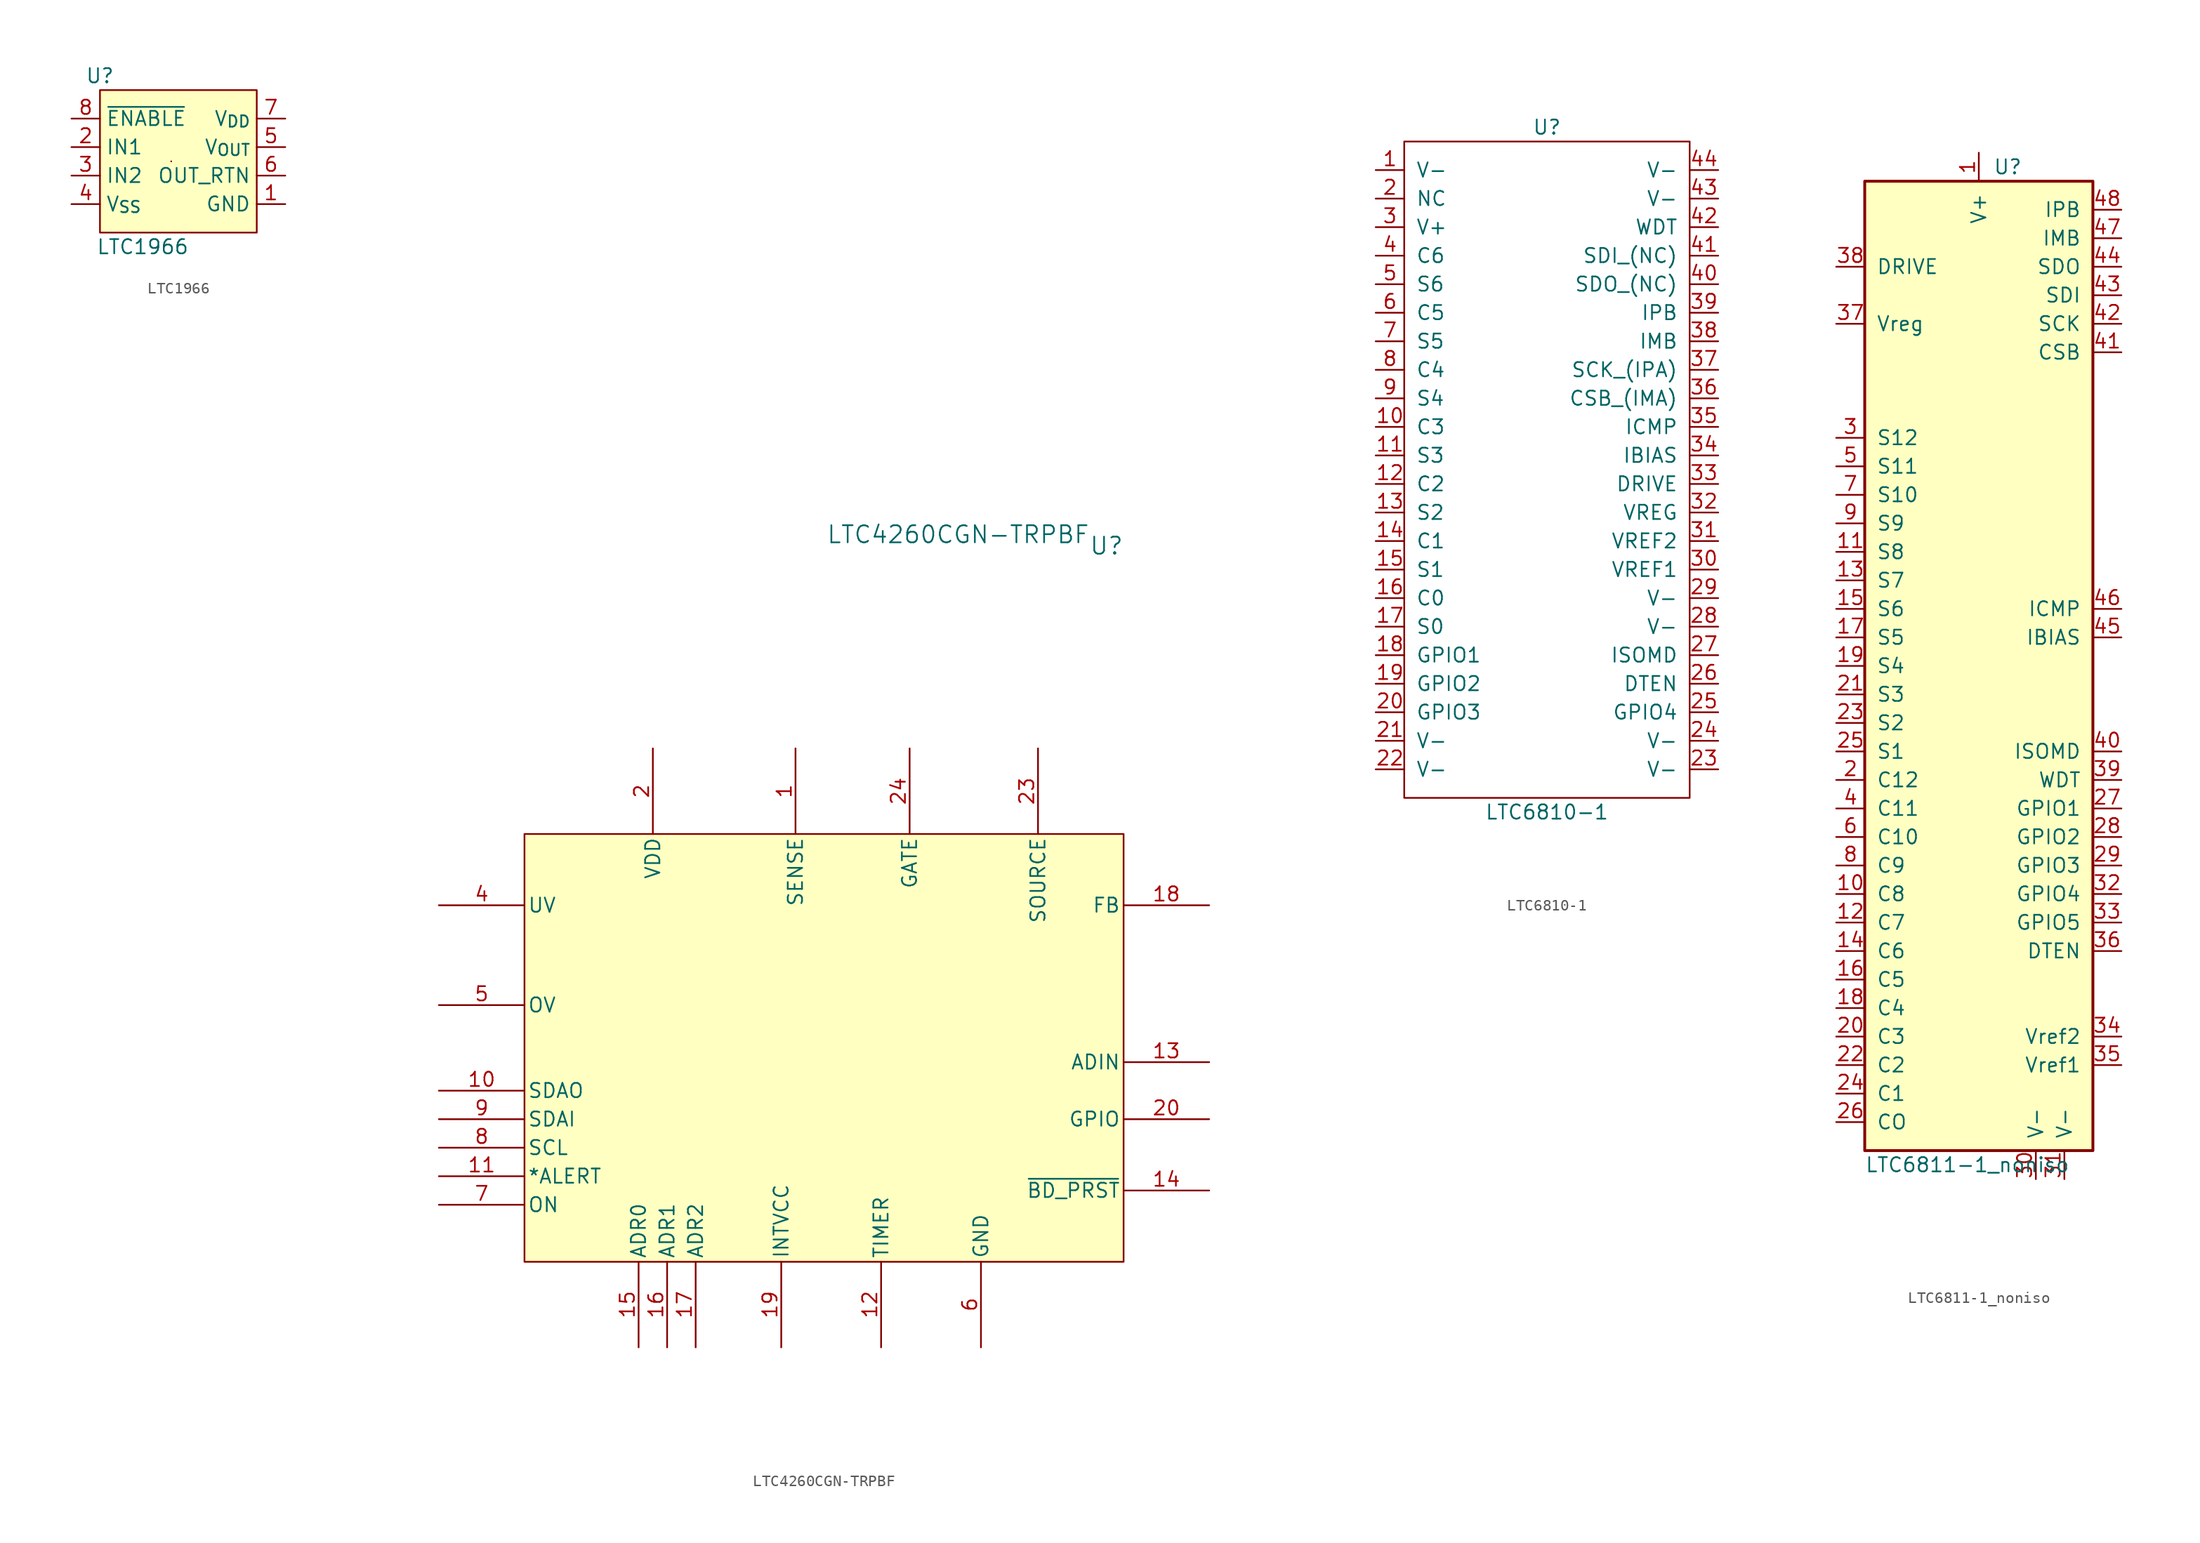
<source format=kicad_sym>
(kicad_symbol_lib
  (version 20231120)
  (generator "kicad_symbol_editor")
  (generator_version "8.0")
  (symbol "LTC1966"
    (property "Reference" "U"
      (at 0 0 0)
      (effects (font (size 1.27 1.27))))
    (property "Value" "LTC1966"
      (at 3.81 -15.24 0)
      (effects (font (size 1.27 1.27))))
    (symbol "LTC1966_1_0"
      (pin power_in line (at 16.51 -11.43 180) (length 2.54) (name "GND" (effects (font (size 1.27 1.27)))) (number "1" (effects (font (size 1.27 1.27)))))
      (pin input line (at -2.54 -6.35 0) (length 2.54) (name "IN1" (effects (font (size 1.27 1.27)))) (number "2" (effects (font (size 1.27 1.27)))))
      (pin input line (at -2.54 -8.89 0) (length 2.54) (name "IN2" (effects (font (size 1.27 1.27)))) (number "3" (effects (font (size 1.27 1.27)))))
      (pin power_in line (at -2.54 -11.43 0) (length 2.54) (name "V_{SS}" (effects (font (size 1.27 1.27)))) (number "4" (effects (font (size 1.27 1.27)))))
      (pin output line (at 16.51 -6.35 180) (length 2.54) (name "V_{OUT}" (effects (font (size 1.27 1.27)))) (number "5" (effects (font (size 1.27 1.27)))))
      (pin output line (at 16.51 -8.89 180) (length 2.54) (name "OUT_RTN" (effects (font (size 1.27 1.27)))) (number "6" (effects (font (size 1.27 1.27)))))
      (pin power_in line (at 16.51 -3.81 180) (length 2.54) (name "V_{DD}" (effects (font (size 1.27 1.27)))) (number "7" (effects (font (size 1.27 1.27)))))
      (pin input line (at -2.54 -3.81 0) (length 2.54) (name "~{ENABLE}" (effects (font (size 1.27 1.27)))) (number "8" (effects (font (size 1.27 1.27))))))
    (symbol "LTC1966_1_1"
      (rectangle (start 0 -1.27) (end 13.97 -13.97) (stroke (width 0) (type default)) (fill (type background)))
      (rectangle (start 6.35 -7.62) (end 6.35 -7.62) (stroke (width 0) (type default)) (fill (type none)))))
  (symbol "LTC4260CGN-TRPBF"
    (pin_names
      (offset 0.254))
    (property "Reference" "U"
      (at 25.146 44.704 0)
      (effects (font (size 1.524 1.524))))
    (property "Value" "LTC4260CGN-TRPBF"
      (at 11.938 45.72 0)
      (effects (font (size 1.524 1.524))))
    (property "ki_locked" ""
      (at 0 0 0)
      (effects (font (size 1.27 1.27))))
    (symbol "LTC4260CGN-TRPBF_1_1"
      (rectangle (start -26.67 19.05) (end 26.67 -19.05) (stroke (width 0) (type default)) (fill (type background)))
      (pin input line (at -2.54 26.67 270) (length 7.62) (name "SENSE" (effects (font (size 1.27 1.27)))) (number "1" (effects (font (size 1.27 1.27)))))
      (pin output line (at -34.29 -3.81 0) (length 7.62) (name "SDAO" (effects (font (size 1.27 1.27)))) (number "10" (effects (font (size 1.27 1.27)))))
      (pin output line (at -34.29 -11.43 0) (length 7.62) (name "*ALERT" (effects (font (size 1.27 1.27)))) (number "11" (effects (font (size 1.27 1.27)))))
      (pin input line (at 5.08 -26.67 90) (length 7.62) (name "TIMER" (effects (font (size 1.27 1.27)))) (number "12" (effects (font (size 1.27 1.27)))))
      (pin input line (at 34.29 -1.27 180) (length 7.62) (name "ADIN" (effects (font (size 1.27 1.27)))) (number "13" (effects (font (size 1.27 1.27)))))
      (pin input line (at 34.29 -12.7 180) (length 7.62) (name "~{BD_PRST}" (effects (font (size 1.27 1.27)))) (number "14" (effects (font (size 1.27 1.27)))))
      (pin input line (at -16.51 -26.67 90) (length 7.62) (name "ADR0" (effects (font (size 1.27 1.27)))) (number "15" (effects (font (size 1.27 1.27)))))
      (pin input line (at -13.97 -26.67 90) (length 7.62) (name "ADR1" (effects (font (size 1.27 1.27)))) (number "16" (effects (font (size 1.27 1.27)))))
      (pin input line (at -11.43 -26.67 90) (length 7.62) (name "ADR2" (effects (font (size 1.27 1.27)))) (number "17" (effects (font (size 1.27 1.27)))))
      (pin input line (at 34.29 12.7 180) (length 7.62) (name "FB" (effects (font (size 1.27 1.27)))) (number "18" (effects (font (size 1.27 1.27)))))
      (pin output line (at -3.81 -26.67 90) (length 7.62) (name "INTVCC" (effects (font (size 1.27 1.27)))) (number "19" (effects (font (size 1.27 1.27)))))
      (pin power_in line (at -15.24 26.67 270) (length 7.62) (name "VDD" (effects (font (size 1.27 1.27)))) (number "2" (effects (font (size 1.27 1.27)))))
      (pin bidirectional line (at 34.29 -6.35 180) (length 7.62) (name "GPIO" (effects (font (size 1.27 1.27)))) (number "20" (effects (font (size 1.27 1.27)))))
      (pin no_connect line (at -5.08 76.2 0) (length 7.62) hide (name "NC" (effects (font (size 1.27 1.27)))) (number "21" (effects (font (size 1.27 1.27)))))
      (pin no_connect line (at -5.08 73.66 0) (length 7.62) hide (name "NC" (effects (font (size 1.27 1.27)))) (number "22" (effects (font (size 1.27 1.27)))))
      (pin input line (at 19.05 26.67 270) (length 7.62) (name "SOURCE" (effects (font (size 1.27 1.27)))) (number "23" (effects (font (size 1.27 1.27)))))
      (pin unspecified line (at 7.62 26.67 270) (length 7.62) (name "GATE" (effects (font (size 1.27 1.27)))) (number "24" (effects (font (size 1.27 1.27)))))
      (pin no_connect line (at -5.08 78.74 0) (length 7.62) hide (name "NC" (effects (font (size 1.27 1.27)))) (number "3" (effects (font (size 1.27 1.27)))))
      (pin input line (at -34.29 12.7 0) (length 7.62) (name "UV" (effects (font (size 1.27 1.27)))) (number "4" (effects (font (size 1.27 1.27)))))
      (pin input line (at -34.29 3.81 0) (length 7.62) (name "OV" (effects (font (size 1.27 1.27)))) (number "5" (effects (font (size 1.27 1.27)))))
      (pin power_in line (at 13.97 -26.67 90) (length 7.62) (name "GND" (effects (font (size 1.27 1.27)))) (number "6" (effects (font (size 1.27 1.27)))))
      (pin input line (at -34.29 -13.97 0) (length 7.62) (name "ON" (effects (font (size 1.27 1.27)))) (number "7" (effects (font (size 1.27 1.27)))))
      (pin input line (at -34.29 -8.89 0) (length 7.62) (name "SCL" (effects (font (size 1.27 1.27)))) (number "8" (effects (font (size 1.27 1.27)))))
      (pin input line (at -34.29 -6.35 0) (length 7.62) (name "SDAI" (effects (font (size 1.27 1.27)))) (number "9" (effects (font (size 1.27 1.27)))))))
  (symbol "LTC6810-1"
    (pin_names
      (offset 1.016))
    (property "Reference" "U"
      (at 0 30.48 0)
      (effects (font (size 1.27 1.27))))
    (property "Value" "LTC6810-1"
      (at 0 -30.48 0)
      (effects (font (size 1.27 1.27))))
    (symbol "LTC6810-1_0_1"
      (rectangle (start -12.7 29.21) (end 12.7 -29.21) (stroke (width 0) (type default)) (fill (type none))))
    (symbol "LTC6810-1_1_1"
      (pin power_in line (at -15.24 26.67 0) (length 2.54) (name "V-" (effects (font (size 1.27 1.27)))) (number "1" (effects (font (size 1.27 1.27)))))
      (pin input line (at -15.24 3.81 0) (length 2.54) (name "C3" (effects (font (size 1.27 1.27)))) (number "10" (effects (font (size 1.27 1.27)))))
      (pin bidirectional line (at -15.24 1.27 0) (length 2.54) (name "S3" (effects (font (size 1.27 1.27)))) (number "11" (effects (font (size 1.27 1.27)))))
      (pin input line (at -15.24 -1.27 0) (length 2.54) (name "C2" (effects (font (size 1.27 1.27)))) (number "12" (effects (font (size 1.27 1.27)))))
      (pin bidirectional line (at -15.24 -3.81 0) (length 2.54) (name "S2" (effects (font (size 1.27 1.27)))) (number "13" (effects (font (size 1.27 1.27)))))
      (pin input line (at -15.24 -6.35 0) (length 2.54) (name "C1" (effects (font (size 1.27 1.27)))) (number "14" (effects (font (size 1.27 1.27)))))
      (pin bidirectional line (at -15.24 -8.89 0) (length 2.54) (name "S1" (effects (font (size 1.27 1.27)))) (number "15" (effects (font (size 1.27 1.27)))))
      (pin input line (at -15.24 -11.43 0) (length 2.54) (name "C0" (effects (font (size 1.27 1.27)))) (number "16" (effects (font (size 1.27 1.27)))))
      (pin bidirectional line (at -15.24 -13.97 0) (length 2.54) (name "S0" (effects (font (size 1.27 1.27)))) (number "17" (effects (font (size 1.27 1.27)))))
      (pin bidirectional line (at -15.24 -16.51 0) (length 2.54) (name "GPIO1" (effects (font (size 1.27 1.27)))) (number "18" (effects (font (size 1.27 1.27)))))
      (pin bidirectional line (at -15.24 -19.05 0) (length 2.54) (name "GPIO2" (effects (font (size 1.27 1.27)))) (number "19" (effects (font (size 1.27 1.27)))))
      (pin input line (at -15.24 24.13 0) (length 2.54) (name "NC" (effects (font (size 1.27 1.27)))) (number "2" (effects (font (size 1.27 1.27)))))
      (pin bidirectional line (at -15.24 -21.59 0) (length 2.54) (name "GPIO3" (effects (font (size 1.27 1.27)))) (number "20" (effects (font (size 1.27 1.27)))))
      (pin power_in line (at -15.24 -24.13 0) (length 2.54) (name "V-" (effects (font (size 1.27 1.27)))) (number "21" (effects (font (size 1.27 1.27)))))
      (pin power_in line (at -15.24 -26.67 0) (length 2.54) (name "V-" (effects (font (size 1.27 1.27)))) (number "22" (effects (font (size 1.27 1.27)))))
      (pin input line (at 15.24 -26.67 180) (length 2.54) (name "V-" (effects (font (size 1.27 1.27)))) (number "23" (effects (font (size 1.27 1.27)))))
      (pin input line (at 15.24 -24.13 180) (length 2.54) (name "V-" (effects (font (size 1.27 1.27)))) (number "24" (effects (font (size 1.27 1.27)))))
      (pin bidirectional line (at 15.24 -21.59 180) (length 2.54) (name "GPIO4" (effects (font (size 1.27 1.27)))) (number "25" (effects (font (size 1.27 1.27)))))
      (pin input line (at 15.24 -19.05 180) (length 2.54) (name "DTEN" (effects (font (size 1.27 1.27)))) (number "26" (effects (font (size 1.27 1.27)))))
      (pin input line (at 15.24 -16.51 180) (length 2.54) (name "ISOMD" (effects (font (size 1.27 1.27)))) (number "27" (effects (font (size 1.27 1.27)))))
      (pin input line (at 15.24 -13.97 180) (length 2.54) (name "V-" (effects (font (size 1.27 1.27)))) (number "28" (effects (font (size 1.27 1.27)))))
      (pin input line (at 15.24 -11.43 180) (length 2.54) (name "V-" (effects (font (size 1.27 1.27)))) (number "29" (effects (font (size 1.27 1.27)))))
      (pin power_in line (at -15.24 21.59 0) (length 2.54) (name "V+" (effects (font (size 1.27 1.27)))) (number "3" (effects (font (size 1.27 1.27)))))
      (pin output line (at 15.24 -8.89 180) (length 2.54) (name "VREF1" (effects (font (size 1.27 1.27)))) (number "30" (effects (font (size 1.27 1.27)))))
      (pin output line (at 15.24 -6.35 180) (length 2.54) (name "VREF2" (effects (font (size 1.27 1.27)))) (number "31" (effects (font (size 1.27 1.27)))))
      (pin input line (at 15.24 -3.81 180) (length 2.54) (name "VREG" (effects (font (size 1.27 1.27)))) (number "32" (effects (font (size 1.27 1.27)))))
      (pin input line (at 15.24 -1.27 180) (length 2.54) (name "DRIVE" (effects (font (size 1.27 1.27)))) (number "33" (effects (font (size 1.27 1.27)))))
      (pin bidirectional line (at 15.24 1.27 180) (length 2.54) (name "IBIAS" (effects (font (size 1.27 1.27)))) (number "34" (effects (font (size 1.27 1.27)))))
      (pin bidirectional line (at 15.24 3.81 180) (length 2.54) (name "ICMP" (effects (font (size 1.27 1.27)))) (number "35" (effects (font (size 1.27 1.27)))))
      (pin input line (at 15.24 6.35 180) (length 2.54) (name "CSB_(IMA)" (effects (font (size 1.27 1.27)))) (number "36" (effects (font (size 1.27 1.27)))))
      (pin input line (at 15.24 8.89 180) (length 2.54) (name "SCK_(IPA)" (effects (font (size 1.27 1.27)))) (number "37" (effects (font (size 1.27 1.27)))))
      (pin bidirectional line (at 15.24 11.43 180) (length 2.54) (name "IMB" (effects (font (size 1.27 1.27)))) (number "38" (effects (font (size 1.27 1.27)))))
      (pin bidirectional line (at 15.24 13.97 180) (length 2.54) (name "IPB" (effects (font (size 1.27 1.27)))) (number "39" (effects (font (size 1.27 1.27)))))
      (pin input line (at -15.24 19.05 0) (length 2.54) (name "C6" (effects (font (size 1.27 1.27)))) (number "4" (effects (font (size 1.27 1.27)))))
      (pin input line (at 15.24 16.51 180) (length 2.54) (name "SDO_(NC)" (effects (font (size 1.27 1.27)))) (number "40" (effects (font (size 1.27 1.27)))))
      (pin input line (at 15.24 19.05 180) (length 2.54) (name "SDI_(NC)" (effects (font (size 1.27 1.27)))) (number "41" (effects (font (size 1.27 1.27)))))
      (pin output line (at 15.24 21.59 180) (length 2.54) (name "WDT" (effects (font (size 1.27 1.27)))) (number "42" (effects (font (size 1.27 1.27)))))
      (pin power_in line (at 15.24 24.13 180) (length 2.54) (name "V-" (effects (font (size 1.27 1.27)))) (number "43" (effects (font (size 1.27 1.27)))))
      (pin power_in line (at 15.24 26.67 180) (length 2.54) (name "V-" (effects (font (size 1.27 1.27)))) (number "44" (effects (font (size 1.27 1.27)))))
      (pin bidirectional line (at -15.24 16.51 0) (length 2.54) (name "S6" (effects (font (size 1.27 1.27)))) (number "5" (effects (font (size 1.27 1.27)))))
      (pin input line (at -15.24 13.97 0) (length 2.54) (name "C5" (effects (font (size 1.27 1.27)))) (number "6" (effects (font (size 1.27 1.27)))))
      (pin bidirectional line (at -15.24 11.43 0) (length 2.54) (name "S5" (effects (font (size 1.27 1.27)))) (number "7" (effects (font (size 1.27 1.27)))))
      (pin input line (at -15.24 8.89 0) (length 2.54) (name "C4" (effects (font (size 1.27 1.27)))) (number "8" (effects (font (size 1.27 1.27)))))
      (pin bidirectional line (at -15.24 6.35 0) (length 2.54) (name "S4" (effects (font (size 1.27 1.27)))) (number "9" (effects (font (size 1.27 1.27)))))))
  (symbol "LTC6811-1_noniso"
    (pin_names
      (offset 1.016))
    (property "Reference" "U"
      (at 1.27 54.61 0)
      (effects (font (size 1.27 1.27)) (justify left)))
    (property "Value" "LTC6811-1_noniso"
      (at -10.16 -34.29 0)
      (effects (font (size 1.27 1.27)) (justify left)))
    (symbol "LTC6811-1_noniso_0_0"
      (pin bidirectional line (at 12.7 12.7 180) (length 2.54) (name "IBIAS" (effects (font (size 1.27 1.27)))) (number "45" (effects (font (size 1.27 1.27)))))
      (pin bidirectional line (at 12.7 15.24 180) (length 2.54) (name "ICMP" (effects (font (size 1.27 1.27)))) (number "46" (effects (font (size 1.27 1.27)))))
      (pin bidirectional line (at 12.7 48.26 180) (length 2.54) (name "IMB" (effects (font (size 1.27 1.27)))) (number "47" (effects (font (size 1.27 1.27)))))
      (pin bidirectional line (at 12.7 50.8 180) (length 2.54) (name "IPB" (effects (font (size 1.27 1.27)))) (number "48" (effects (font (size 1.27 1.27))))))
    (symbol "LTC6811-1_noniso_0_1"
      (rectangle (start 10.16 -33.02) (end -10.16 53.34) (stroke (width 0.254) (type default)) (fill (type background))))
    (symbol "LTC6811-1_noniso_1_1"
      (pin power_in line (at 0 55.88 270) (length 2.54) (name "V+" (effects (font (size 1.27 1.27)))) (number "1" (effects (font (size 1.27 1.27)))))
      (pin input line (at -12.7 -10.16 0) (length 2.54) (name "C8" (effects (font (size 1.27 1.27)))) (number "10" (effects (font (size 1.27 1.27)))))
      (pin bidirectional line (at -12.7 20.32 0) (length 2.54) (name "S8" (effects (font (size 1.27 1.27)))) (number "11" (effects (font (size 1.27 1.27)))))
      (pin input line (at -12.7 -12.7 0) (length 2.54) (name "C7" (effects (font (size 1.27 1.27)))) (number "12" (effects (font (size 1.27 1.27)))))
      (pin bidirectional line (at -12.7 17.78 0) (length 2.54) (name "S7" (effects (font (size 1.27 1.27)))) (number "13" (effects (font (size 1.27 1.27)))))
      (pin input line (at -12.7 -15.24 0) (length 2.54) (name "C6" (effects (font (size 1.27 1.27)))) (number "14" (effects (font (size 1.27 1.27)))))
      (pin bidirectional line (at -12.7 15.24 0) (length 2.54) (name "S6" (effects (font (size 1.27 1.27)))) (number "15" (effects (font (size 1.27 1.27)))))
      (pin input line (at -12.7 -17.78 0) (length 2.54) (name "C5" (effects (font (size 1.27 1.27)))) (number "16" (effects (font (size 1.27 1.27)))))
      (pin bidirectional line (at -12.7 12.7 0) (length 2.54) (name "S5" (effects (font (size 1.27 1.27)))) (number "17" (effects (font (size 1.27 1.27)))))
      (pin input line (at -12.7 -20.32 0) (length 2.54) (name "C4" (effects (font (size 1.27 1.27)))) (number "18" (effects (font (size 1.27 1.27)))))
      (pin bidirectional line (at -12.7 10.16 0) (length 2.54) (name "S4" (effects (font (size 1.27 1.27)))) (number "19" (effects (font (size 1.27 1.27)))))
      (pin input line (at -12.7 0 0) (length 2.54) (name "C12" (effects (font (size 1.27 1.27)))) (number "2" (effects (font (size 1.27 1.27)))))
      (pin input line (at -12.7 -22.86 0) (length 2.54) (name "C3" (effects (font (size 1.27 1.27)))) (number "20" (effects (font (size 1.27 1.27)))))
      (pin bidirectional line (at -12.7 7.62 0) (length 2.54) (name "S3" (effects (font (size 1.27 1.27)))) (number "21" (effects (font (size 1.27 1.27)))))
      (pin input line (at -12.7 -25.4 0) (length 2.54) (name "C2" (effects (font (size 1.27 1.27)))) (number "22" (effects (font (size 1.27 1.27)))))
      (pin bidirectional line (at -12.7 5.08 0) (length 2.54) (name "S2" (effects (font (size 1.27 1.27)))) (number "23" (effects (font (size 1.27 1.27)))))
      (pin input line (at -12.7 -27.94 0) (length 2.54) (name "C1" (effects (font (size 1.27 1.27)))) (number "24" (effects (font (size 1.27 1.27)))))
      (pin bidirectional line (at -12.7 2.54 0) (length 2.54) (name "S1" (effects (font (size 1.27 1.27)))) (number "25" (effects (font (size 1.27 1.27)))))
      (pin input line (at -12.7 -30.48 0) (length 2.54) (name "CO" (effects (font (size 1.27 1.27)))) (number "26" (effects (font (size 1.27 1.27)))))
      (pin bidirectional line (at 12.7 -2.54 180) (length 2.54) (name "GPIO1" (effects (font (size 1.27 1.27)))) (number "27" (effects (font (size 1.27 1.27)))))
      (pin bidirectional line (at 12.7 -5.08 180) (length 2.54) (name "GPIO2" (effects (font (size 1.27 1.27)))) (number "28" (effects (font (size 1.27 1.27)))))
      (pin bidirectional line (at 12.7 -7.62 180) (length 2.54) (name "GPIO3" (effects (font (size 1.27 1.27)))) (number "29" (effects (font (size 1.27 1.27)))))
      (pin bidirectional line (at -12.7 30.48 0) (length 2.54) (name "S12" (effects (font (size 1.27 1.27)))) (number "3" (effects (font (size 1.27 1.27)))))
      (pin power_in line (at 5.08 -35.56 90) (length 2.54) (name "V-" (effects (font (size 1.27 1.27)))) (number "30" (effects (font (size 1.27 1.27)))))
      (pin power_in line (at 7.62 -35.56 90) (length 2.54) (name "V-" (effects (font (size 1.27 1.27)))) (number "31" (effects (font (size 1.27 1.27)))))
      (pin bidirectional line (at 12.7 -10.16 180) (length 2.54) (name "GPIO4" (effects (font (size 1.27 1.27)))) (number "32" (effects (font (size 1.27 1.27)))))
      (pin bidirectional line (at 12.7 -12.7 180) (length 2.54) (name "GPIO5" (effects (font (size 1.27 1.27)))) (number "33" (effects (font (size 1.27 1.27)))))
      (pin output line (at 12.7 -22.86 180) (length 2.54) (name "Vref2" (effects (font (size 1.27 1.27)))) (number "34" (effects (font (size 1.27 1.27)))))
      (pin output line (at 12.7 -25.4 180) (length 2.54) (name "Vref1" (effects (font (size 1.27 1.27)))) (number "35" (effects (font (size 1.27 1.27)))))
      (pin input line (at 12.7 -15.24 180) (length 2.54) (name "DTEN" (effects (font (size 1.27 1.27)))) (number "36" (effects (font (size 1.27 1.27)))))
      (pin input line (at -12.7 40.64 0) (length 2.54) (name "Vreg" (effects (font (size 1.27 1.27)))) (number "37" (effects (font (size 1.27 1.27)))))
      (pin output line (at -12.7 45.72 0) (length 2.54) (name "DRIVE" (effects (font (size 1.27 1.27)))) (number "38" (effects (font (size 1.27 1.27)))))
      (pin output line (at 12.7 0 180) (length 2.54) (name "WDT" (effects (font (size 1.27 1.27)))) (number "39" (effects (font (size 1.27 1.27)))))
      (pin input line (at -12.7 -2.54 0) (length 2.54) (name "C11" (effects (font (size 1.27 1.27)))) (number "4" (effects (font (size 1.27 1.27)))))
      (pin input line (at 12.7 2.54 180) (length 2.54) (name "ISOMD" (effects (font (size 1.27 1.27)))) (number "40" (effects (font (size 1.27 1.27)))))
      (pin input line (at 12.7 38.1 180) (length 2.54) (name "CSB" (effects (font (size 1.27 1.27)))) (number "41" (effects (font (size 1.27 1.27)))))
      (pin input line (at 12.7 40.64 180) (length 2.54) (name "SCK" (effects (font (size 1.27 1.27)))) (number "42" (effects (font (size 1.27 1.27)))))
      (pin input line (at 12.7 43.18 180) (length 2.54) (name "SDI" (effects (font (size 1.27 1.27)))) (number "43" (effects (font (size 1.27 1.27)))))
      (pin output line (at 12.7 45.72 180) (length 2.54) (name "SDO" (effects (font (size 1.27 1.27)))) (number "44" (effects (font (size 1.27 1.27)))))
      (pin bidirectional line (at -12.7 27.94 0) (length 2.54) (name "S11" (effects (font (size 1.27 1.27)))) (number "5" (effects (font (size 1.27 1.27)))))
      (pin input line (at -12.7 -5.08 0) (length 2.54) (name "C10" (effects (font (size 1.27 1.27)))) (number "6" (effects (font (size 1.27 1.27)))))
      (pin bidirectional line (at -12.7 25.4 0) (length 2.54) (name "S10" (effects (font (size 1.27 1.27)))) (number "7" (effects (font (size 1.27 1.27)))))
      (pin input line (at -12.7 -7.62 0) (length 2.54) (name "C9" (effects (font (size 1.27 1.27)))) (number "8" (effects (font (size 1.27 1.27)))))
      (pin bidirectional line (at -12.7 22.86 0) (length 2.54) (name "S9" (effects (font (size 1.27 1.27)))) (number "9" (effects (font (size 1.27 1.27))))))))
</source>
